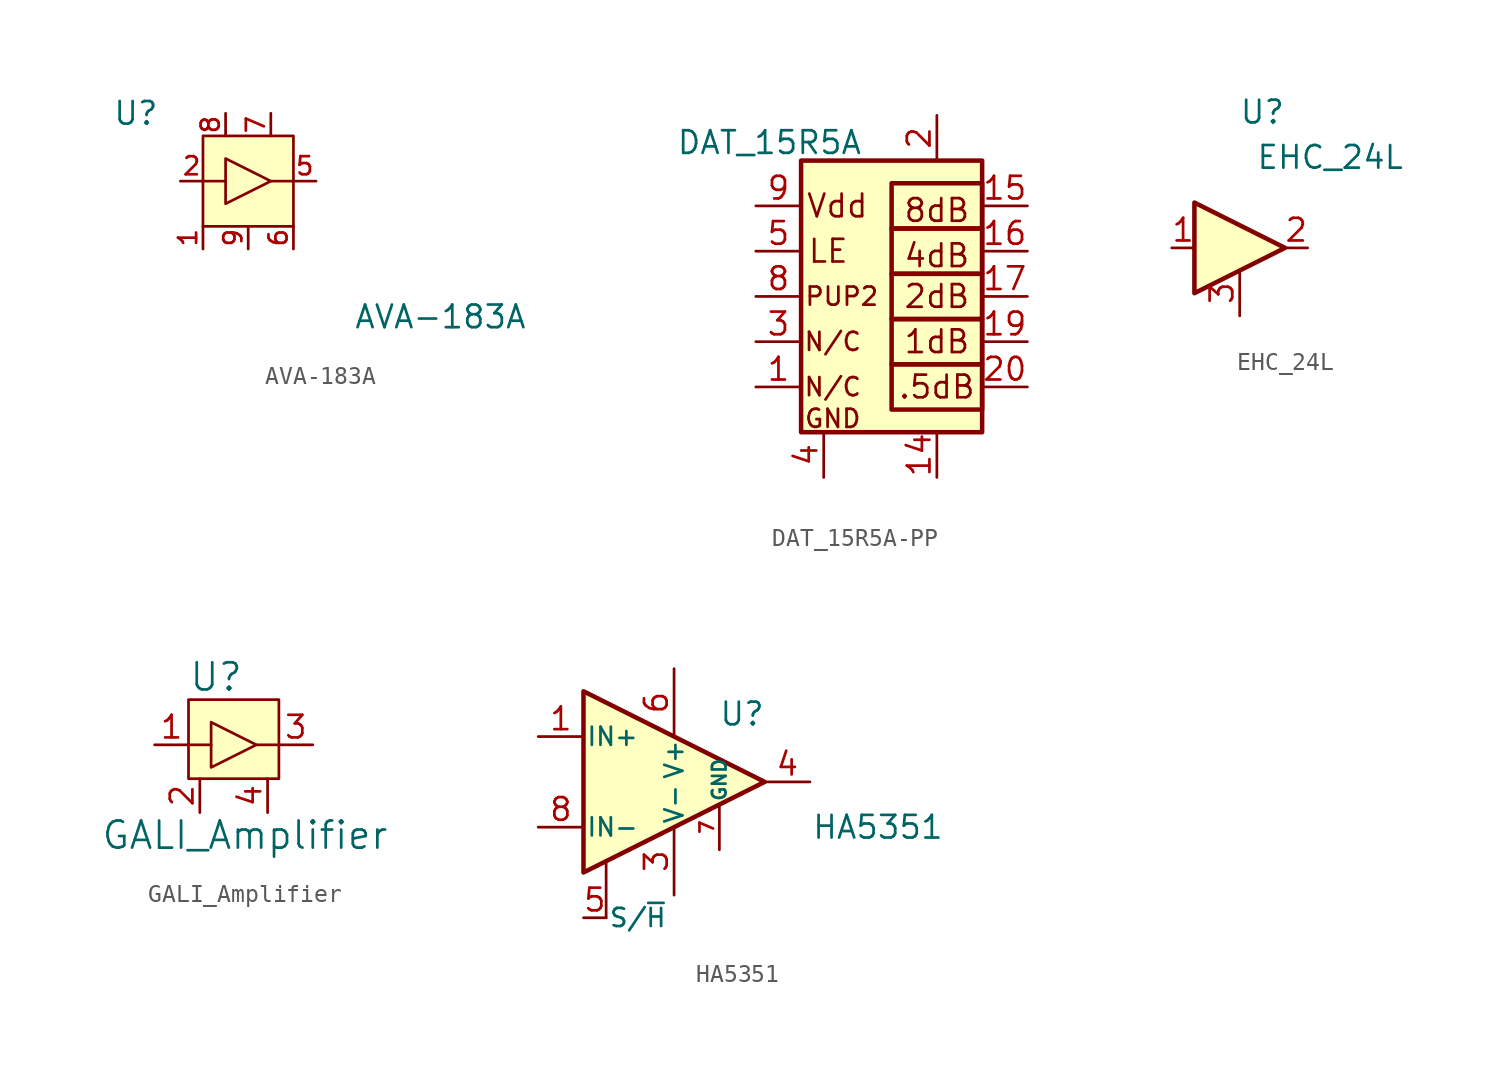
<source format=kicad_sym>
(kicad_symbol_lib
  (version 20241209)
  (generator "kicad_symbol_editor")
  (generator_version "9.0")
  (symbol "AVA-183A"
    (property "Reference" "U"
      (at -7.62 3.81 0)
      (effects (font (size 1.27 1.27)) (justify left)))
    (property "Value" "AVA-183A"
      (at 10.795 -7.62 0)
      (effects (font (size 1.27 1.27))))
    (symbol "AVA-183A_0_0"
      (pin no_connect line (at -2.54 3.81 270) (length 1.27) (hide yes) (name "~" (effects (font (size 1.016 1.016)))) (number "3" (effects (font (size 1.016 1.016)))))
      (pin power_in line (at -2.54 -3.81 90) (length 1.27) (name "~" (effects (font (size 1.016 1.016)))) (number "1" (effects (font (size 1.016 1.016)))))
      (pin power_in line (at 1.27 3.81 270) (length 1.27) (name "~" (effects (font (size 1.016 1.016)))) (number "7" (effects (font (size 1.016 1.016)))))
      (pin no_connect line (at 2.54 3.81 270) (length 1.27) (hide yes) (name "~" (effects (font (size 1.016 1.016)))) (number "4" (effects (font (size 1.016 1.016)))))
      (pin power_in line (at 2.54 -3.81 90) (length 1.27) (name "~" (effects (font (size 1.016 1.016)))) (number "6" (effects (font (size 1.016 1.016))))))
    (symbol "AVA-183A_0_1"
      (rectangle (start -2.54 2.54) (end 2.54 -2.54) (stroke (width 0) (type default)) (fill (type background)))
      (polyline (pts (xy -1.27 1.27) (xy -1.27 -1.27) (xy 1.27 0) (xy -1.27 1.27)) (stroke (width 0) (type default)) (fill (type none)))
      (polyline (pts (xy -1.27 0) (xy -2.54 0)) (stroke (width 0) (type default)) (fill (type none)))
      (polyline (pts (xy 1.27 0) (xy 2.54 0)) (stroke (width 0) (type default)) (fill (type none))))
    (symbol "AVA-183A_1_1"
      (pin input line (at -3.81 0 0) (length 1.27) (name "~" (effects (font (size 1.016 1.016)))) (number "2" (effects (font (size 1.016 1.016)))))
      (pin power_in line (at -1.27 3.81 270) (length 1.27) (name "~" (effects (font (size 1.016 1.016)))) (number "8" (effects (font (size 1.016 1.016)))))
      (pin power_in line (at 0 -3.81 90) (length 1.27) (name "~" (effects (font (size 1.016 1.016)))) (number "9" (effects (font (size 1.016 1.016)))))
      (pin output line (at 3.81 0 180) (length 1.27) (name "~" (effects (font (size 1.016 1.016)))) (number "5" (effects (font (size 1.016 1.016)))))))
  (symbol "DAT_15R5A-PP"
    (pin_names
      (offset 0)
      (hide yes))
    (property "Reference" "RN"
      (at 2.794 8.636 0)
      (effects (font (size 1.27 1.27)) (hide yes)))
    (property "Value" "DAT_15R5A"
      (at -8.128 8.636 0)
      (effects (font (size 1.27 1.27))))
    (symbol "DAT_15R5A-PP_0_1"
      (rectangle (start -6.35 7.62) (end 3.81 -7.62) (stroke (width 0.254) (type default)) (fill (type background)))
      (rectangle (start -1.27 6.35) (end 3.81 3.81) (stroke (width 0.254) (type default)) (fill (type none)))
      (rectangle (start -1.27 3.81) (end 3.81 1.27) (stroke (width 0.254) (type default)) (fill (type none)))
      (rectangle (start -1.27 1.27) (end 3.81 -1.27) (stroke (width 0.254) (type default)) (fill (type none)))
      (rectangle (start -1.27 -1.27) (end 3.81 -3.81) (stroke (width 0.254) (type default)) (fill (type none)))
      (rectangle (start -1.27 -3.81) (end 3.81 -6.35) (stroke (width 0.254) (type default)) (fill (type none))))
    (symbol "DAT_15R5A-PP_1_0"
      (pin power_in line (at -8.89 5.08 0) (length 2.54) (hide yes) (name "Vdd" (effects (font (size 1.27 1.27)))) (number "6" (effects (font (size 1.27 1.27)))))
      (pin power_in line (at -8.89 5.08 0) (length 2.54) (name "Vdd" (effects (font (size 1.27 1.27)))) (number "9" (effects (font (size 1.27 1.27)))))
      (pin input line (at -8.89 0 0) (length 2.54) (name "PUP2" (effects (font (size 1.27 1.27)))) (number "8" (effects (font (size 1.27 1.27)))))
      (pin unspecified line (at -8.89 -2.54 0) (length 2.54) (name "" (effects (font (size 1.27 1.27)))) (number "3" (effects (font (size 1.27 1.27)))))
      (pin unspecified line (at -8.89 -5.08 0) (length 2.54) (name "" (effects (font (size 1.27 1.27)))) (number "1" (effects (font (size 1.27 1.27)))))
      (pin power_in line (at -5.08 -10.16 90) (length 2.54) (hide yes) (name "GND" (effects (font (size 1.27 1.27)))) (number "10" (effects (font (size 1.27 1.27)))))
      (pin power_in line (at -5.08 -10.16 90) (length 2.54) (hide yes) (name "GND" (effects (font (size 1.27 1.27)))) (number "11" (effects (font (size 1.27 1.27)))))
      (pin power_in line (at -5.08 -10.16 90) (length 2.54) (hide yes) (name "GND" (effects (font (size 1.27 1.27)))) (number "12" (effects (font (size 1.27 1.27)))))
      (pin power_in line (at -5.08 -10.16 90) (length 2.54) (hide yes) (name "GND" (effects (font (size 1.27 1.27)))) (number "13" (effects (font (size 1.27 1.27)))))
      (pin power_in line (at -5.08 -10.16 90) (length 2.54) (hide yes) (name "GND" (effects (font (size 1.27 1.27)))) (number "18" (effects (font (size 1.27 1.27)))))
      (pin power_in line (at -5.08 -10.16 90) (length 2.54) (hide yes) (name "GND" (effects (font (size 1.27 1.27)))) (number "21" (effects (font (size 1.27 1.27)))))
      (pin output line (at 1.27 -10.16 90) (length 2.54) (name "RF_Out" (effects (font (size 1.27 1.27)))) (number "14" (effects (font (size 1.27 1.27)))))
      (pin input line (at 6.35 5.08 180) (length 2.54) (name "C8" (effects (font (size 1.27 1.27)))) (number "15" (effects (font (size 1.27 1.27)))))
      (pin input line (at 6.35 2.54 180) (length 2.54) (name "C4" (effects (font (size 1.27 1.27)))) (number "16" (effects (font (size 1.27 1.27)))))
      (pin input line (at 6.35 0 180) (length 2.54) (name "C2" (effects (font (size 1.27 1.27)))) (number "17" (effects (font (size 1.27 1.27)))))
      (pin input line (at 6.35 -2.54 180) (length 2.54) (name "C1" (effects (font (size 1.27 1.27)))) (number "19" (effects (font (size 1.27 1.27)))))
      (pin input line (at 6.35 -5.08 180) (length 2.54) (name "C0.5" (effects (font (size 1.27 1.27)))) (number "20" (effects (font (size 1.27 1.27)))))
      (pin no_connect line (at 6.35 -7.62 180) (length 2.54) (hide yes) (name "" (effects (font (size 1.27 1.27)))) (number "7" (effects (font (size 1.27 1.27))))))
    (symbol "DAT_15R5A-PP_1_1"
      (text "LE" (at -4.826 2.54 0) (effects (font (size 1.27 1.27))))
      (text "N/C" (at -4.572 -2.54 0) (effects (font (size 1.016 1.016))))
      (text "N/C" (at -4.572 -5.08 0) (effects (font (size 1.016 1.016))))
      (text "GND" (at -4.572 -6.858 0) (effects (font (size 1.016 1.016))))
      (text "Vdd" (at -4.318 5.08 0) (effects (font (size 1.27 1.27))))
      (text "PUP2" (at -4.064 0 0) (effects (font (size 1.016 1.016))))
      (text "8dB" (at 1.27 4.826 0) (effects (font (size 1.27 1.27))))
      (text "4dB" (at 1.27 2.286 0) (effects (font (size 1.27 1.27))))
      (text "2dB" (at 1.27 0 0) (effects (font (size 1.27 1.27))))
      (text "1dB" (at 1.27 -2.54 0) (effects (font (size 1.27 1.27))))
      (text ".5dB" (at 1.27 -5.08 0) (effects (font (size 1.27 1.27))))
      (pin input line (at -8.89 2.54 0) (length 2.54) (name "LE" (effects (font (size 1.27 1.27)))) (number "5" (effects (font (size 1.27 1.27)))))
      (pin power_in line (at -5.08 -10.16 90) (length 2.54) (name "GND" (effects (font (size 1.27 1.27)))) (number "4" (effects (font (size 1.27 1.27)))))
      (pin input line (at 1.27 10.16 270) (length 2.54) (name "RF_In" (effects (font (size 1.27 1.27)))) (number "2" (effects (font (size 1.27 1.27)))))))
  (symbol "EHC_24L"
    (property "Reference" "U"
      (at -1.27 7.62 0)
      (effects (font (size 1.27 1.27))))
    (property "Value" "EHC_24L"
      (at 2.54 5.08 0)
      (effects (font (size 1.27 1.27))))
    (symbol "EHC_24L_0_1"
      (polyline (pts (xy 0 0) (xy -5.08 2.54) (xy -5.08 -2.54) (xy 0 0)) (stroke (width 0.254) (type default)) (fill (type background))))
    (symbol "EHC_24L_1_1"
      (pin input line (at -6.35 0 0) (length 1.27) (name "~" (effects (font (size 1.27 1.27)))) (number "1" (effects (font (size 1.27 1.27)))))
      (pin power_in line (at -2.54 -3.81 90) (length 2.54) (name "~" (effects (font (size 1.016 1.016)))) (number "3" (effects (font (size 1.27 1.27)))))
      (pin output line (at 1.27 0 180) (length 1.27) (name "~" (effects (font (size 1.27 1.27)))) (number "2" (effects (font (size 1.27 1.27)))))))
  (symbol "GALI_Amplifier"
    (pin_names
      (offset 0))
    (property "Reference" "U"
      (at -3.175 3.81 0)
      (effects (font (size 1.524 1.524)) (justify left)))
    (property "Value" "GALI_Amplifier"
      (at 0 -5.08 0)
      (effects (font (size 1.524 1.524))))
    (symbol "GALI_Amplifier_0_1"
      (rectangle (start -3.175 2.54) (end 1.905 -1.905) (stroke (width 0) (type default)) (fill (type background)))
      (polyline (pts (xy -1.905 1.27) (xy -1.905 -1.27) (xy 0.635 0) (xy -1.905 1.27)) (stroke (width 0) (type default)) (fill (type none)))
      (polyline (pts (xy -1.905 0) (xy -3.175 0)) (stroke (width 0) (type default)) (fill (type none)))
      (polyline (pts (xy 0.635 0) (xy 1.905 0)) (stroke (width 0) (type default)) (fill (type none))))
    (symbol "GALI_Amplifier_1_1"
      (pin input line (at -5.08 0 0) (length 1.905) (name "~" (effects (font (size 1.27 1.27)))) (number "1" (effects (font (size 1.27 1.27)))))
      (pin power_in line (at -2.54 -3.81 90) (length 1.905) (name "~" (effects (font (size 1.27 1.27)))) (number "2" (effects (font (size 1.27 1.27)))))
      (pin power_in line (at 1.27 -3.81 90) (length 1.905) (name "~" (effects (font (size 1.27 1.27)))) (number "4" (effects (font (size 1.27 1.27)))))
      (pin output line (at 3.81 0 180) (length 1.905) (name "~" (effects (font (size 1.27 1.27)))) (number "3" (effects (font (size 1.27 1.27)))))))
  (symbol "HA5351"
    (pin_names
      (offset 0.127))
    (property "Reference" "U"
      (at 3.81 3.81 0)
      (effects (font (size 1.27 1.27))))
    (property "Value" "HA5351"
      (at 11.43 -2.54 0)
      (effects (font (size 1.27 1.27))))
    (symbol "HA5351_0_0"
      (pin no_connect line (at -7.62 0 0) (length 2.54) (hide yes) (name "NC" (effects (font (size 1.016 1.016)))) (number "2" (effects (font (size 1.27 1.27)))))
      (pin power_in line (at 2.54 -3.81 90) (length 2.54) (name "GND" (effects (font (size 0.762 0.762)))) (number "7" (effects (font (size 0.762 0.762))))))
    (symbol "HA5351_0_1"
      (polyline (pts (xy -3.81 -7.62) (xy -3.81 -4.445)) (stroke (width 0) (type default)) (fill (type none))))
    (symbol "HA5351_1_1"
      (polyline (pts (xy -5.08 5.08) (xy 5.08 0) (xy -5.08 -5.08) (xy -5.08 5.08)) (stroke (width 0.254) (type default)) (fill (type background)))
      (pin input line (at -7.62 2.54 0) (length 2.54) (name "IN+" (effects (font (size 1.016 1.016)))) (number "1" (effects (font (size 1.27 1.27)))))
      (pin input line (at -7.62 -2.54 0) (length 2.54) (name "IN-" (effects (font (size 1.016 1.016)))) (number "8" (effects (font (size 1.27 1.27)))))
      (pin input line (at -5.08 -7.62 0) (length 1.27) (name "S/~{H}" (effects (font (size 1.016 1.016)))) (number "5" (effects (font (size 1.27 1.27)))))
      (pin power_in line (at 0 6.35 270) (length 3.81) (name "V+" (effects (font (size 1.016 1.016)))) (number "6" (effects (font (size 1.27 1.27)))))
      (pin power_in line (at 0 -6.35 90) (length 3.81) (name "V-" (effects (font (size 1.016 1.016)))) (number "3" (effects (font (size 1.27 1.27)))))
      (pin output line (at 7.62 0 180) (length 2.54) (name "~" (effects (font (size 1.27 1.27)))) (number "4" (effects (font (size 1.27 1.27))))))))
</source>
